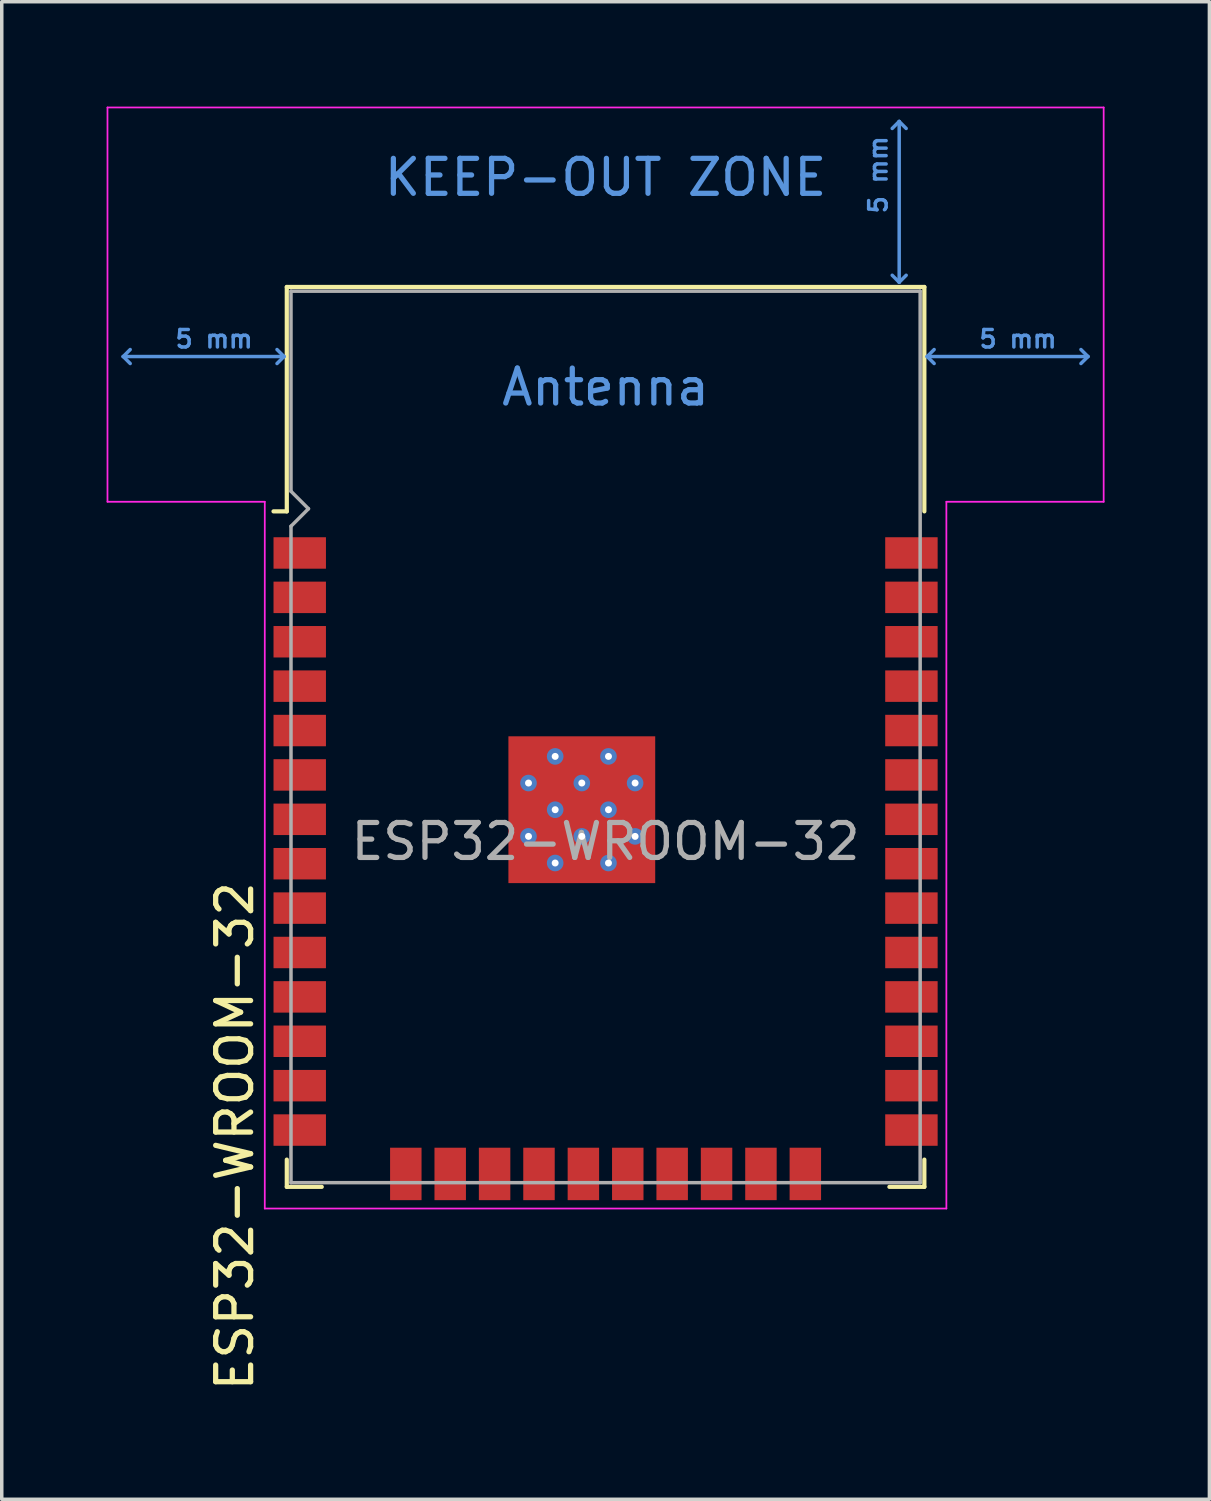
<source format=kicad_pcb>
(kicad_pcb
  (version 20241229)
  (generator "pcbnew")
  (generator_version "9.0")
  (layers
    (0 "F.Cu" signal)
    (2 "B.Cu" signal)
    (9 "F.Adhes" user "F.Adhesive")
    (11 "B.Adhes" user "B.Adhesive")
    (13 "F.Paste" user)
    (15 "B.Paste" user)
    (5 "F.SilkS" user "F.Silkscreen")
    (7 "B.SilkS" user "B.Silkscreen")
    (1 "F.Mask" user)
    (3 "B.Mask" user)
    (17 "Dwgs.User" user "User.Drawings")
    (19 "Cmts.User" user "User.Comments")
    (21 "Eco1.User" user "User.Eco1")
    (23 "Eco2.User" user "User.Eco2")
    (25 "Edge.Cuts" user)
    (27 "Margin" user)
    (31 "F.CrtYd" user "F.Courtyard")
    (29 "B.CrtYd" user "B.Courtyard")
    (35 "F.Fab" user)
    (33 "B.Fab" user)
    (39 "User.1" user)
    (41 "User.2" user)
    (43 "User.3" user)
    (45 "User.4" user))
  (footprint "ESP32-WROOM-32"
    (layer "F.Cu")
    (at 14.275 21.025)
    (property "Reference" "ESP32-WROOM-32" (at -10.61 8.43 90) (layer "F.SilkS") (effects (font (size 1 1) (thickness 0.15))))
    (attr smd)
    (fp_line (start -9.12 -15.865) (end -9.12 -9.445) (stroke (width 0.12) (type solid)) (layer "F.SilkS"))
    (fp_line (start -9.12 -15.865) (end 9.12 -15.865) (stroke (width 0.12) (type solid)) (layer "F.SilkS"))
    (fp_line (start -9.12 -9.445) (end -9.5 -9.445) (stroke (width 0.12) (type solid)) (layer "F.SilkS"))
    (fp_line (start -9.12 9.1) (end -9.12 9.88) (stroke (width 0.12) (type solid)) (layer "F.SilkS"))
    (fp_line (start -9.12 9.88) (end -8.12 9.88) (stroke (width 0.12) (type solid)) (layer "F.SilkS"))
    (fp_line (start 9.12 -15.865) (end 9.12 -9.445) (stroke (width 0.12) (type solid)) (layer "F.SilkS"))
    (fp_line (start 9.12 9.1) (end 9.12 9.88) (stroke (width 0.12) (type solid)) (layer "F.SilkS"))
    (fp_line (start 9.12 9.88) (end 8.12 9.88) (stroke (width 0.12) (type solid)) (layer "F.SilkS"))
    (fp_line (start -13.8 -13.875) (end -13.6 -14.075) (stroke (width 0.1) (type solid)) (layer "Cmts.User"))
    (fp_line (start -13.8 -13.875) (end -13.6 -13.675) (stroke (width 0.1) (type solid)) (layer "Cmts.User"))
    (fp_line (start -13.8 -13.875) (end -9.2 -13.875) (stroke (width 0.1) (type solid)) (layer "Cmts.User"))
    (fp_line (start -9.2 -13.875) (end -9.4 -14.075) (stroke (width 0.1) (type solid)) (layer "Cmts.User"))
    (fp_line (start -9.2 -13.875) (end -9.4 -13.675) (stroke (width 0.1) (type solid)) (layer "Cmts.User"))
    (fp_line (start 8.4 -20.6) (end 8.2 -20.4) (stroke (width 0.1) (type solid)) (layer "Cmts.User"))
    (fp_line (start 8.4 -20.6) (end 8.6 -20.4) (stroke (width 0.1) (type solid)) (layer "Cmts.User"))
    (fp_line (start 8.4 -16) (end 8.2 -16.2) (stroke (width 0.1) (type solid)) (layer "Cmts.User"))
    (fp_line (start 8.4 -16) (end 8.4 -20.6) (stroke (width 0.1) (type solid)) (layer "Cmts.User"))
    (fp_line (start 8.4 -16) (end 8.6 -16.2) (stroke (width 0.1) (type solid)) (layer "Cmts.User"))
    (fp_line (start 9.2 -13.875) (end 9.4 -14.075) (stroke (width 0.1) (type solid)) (layer "Cmts.User"))
    (fp_line (start 9.2 -13.875) (end 9.4 -13.675) (stroke (width 0.1) (type solid)) (layer "Cmts.User"))
    (fp_line (start 9.2 -13.875) (end 13.8 -13.875) (stroke (width 0.1) (type solid)) (layer "Cmts.User"))
    (fp_line (start 13.8 -13.875) (end 13.6 -14.075) (stroke (width 0.1) (type solid)) (layer "Cmts.User"))
    (fp_line (start 13.8 -13.875) (end 13.6 -13.675) (stroke (width 0.1) (type solid)) (layer "Cmts.User"))
    (fp_line (start -14.25 -21) (end -14.25 -9.72) (stroke (width 0.05) (type solid)) (layer "F.CrtYd"))
    (fp_line (start -14.25 -21) (end 14.25 -21) (stroke (width 0.05) (type solid)) (layer "F.CrtYd"))
    (fp_line (start -14.25 -9.72) (end -9.75 -9.72) (stroke (width 0.05) (type solid)) (layer "F.CrtYd"))
    (fp_line (start -9.75 10.5) (end -9.75 -9.72) (stroke (width 0.05) (type solid)) (layer "F.CrtYd"))
    (fp_line (start -9.75 10.5) (end 9.75 10.5) (stroke (width 0.05) (type solid)) (layer "F.CrtYd"))
    (fp_line (start 9.75 -9.72) (end 9.75 10.5) (stroke (width 0.05) (type solid)) (layer "F.CrtYd"))
    (fp_line (start 9.75 -9.72) (end 14.25 -9.72) (stroke (width 0.05) (type solid)) (layer "F.CrtYd"))
    (fp_line (start 14.25 -21) (end 14.25 -9.72) (stroke (width 0.05) (type solid)) (layer "F.CrtYd"))
    (fp_line (start -9 -15.745) (end -9 -10.02) (stroke (width 0.1) (type solid)) (layer "F.Fab"))
    (fp_line (start -9 -15.745) (end 9 -15.745) (stroke (width 0.1) (type solid)) (layer "F.Fab"))
    (fp_line (start -9 -9.02) (end -9 9.76) (stroke (width 0.1) (type solid)) (layer "F.Fab"))
    (fp_line (start -9 -9.02) (end -8.5 -9.52) (stroke (width 0.1) (type solid)) (layer "F.Fab"))
    (fp_line (start -9 9.76) (end 9 9.76) (stroke (width 0.1) (type solid)) (layer "F.Fab"))
    (fp_line (start -8.5 -9.52) (end -9 -10.02) (stroke (width 0.1) (type solid)) (layer "F.Fab"))
    (fp_line (start 9 9.76) (end 9 -15.745) (stroke (width 0.1) (type solid)) (layer "F.Fab"))
    (fp_text user "5 mm" (at 11.8 -14.375 0) (layer "Cmts.User") (effects (font (size 0.5 0.5) (thickness 0.1))))
    (fp_text user "KEEP-OUT ZONE" (at 0 -19 0) (layer "Cmts.User") (effects (font (size 1 1) (thickness 0.15))))
    (fp_text user "5 mm" (at -11.2 -14.375 0) (layer "Cmts.User") (effects (font (size 0.5 0.5) (thickness 0.1))))
    (fp_text user "Antenna" (at 0 -13 0) (layer "Cmts.User") (effects (font (size 1 1) (thickness 0.15))))
    (fp_text user "5 mm" (at 7.8 -19.075 90) (layer "Cmts.User") (effects (font (size 0.5 0.5) (thickness 0.1))))
    (fp_text user "${REFERENCE}" (at 0 0 0) (layer "F.Fab") (effects (font (size 1 1) (thickness 0.15))))
    (pad "1" smd rect (at -8.75 -8.255) (size 1.5 0.9) (layers "F.Cu" "F.Mask" "F.Paste"))
    (pad "2" smd rect (at -8.75 -6.985) (size 1.5 0.9) (layers "F.Cu" "F.Mask" "F.Paste"))
    (pad "3" smd rect (at -8.75 -5.715) (size 1.5 0.9) (layers "F.Cu" "F.Mask" "F.Paste"))
    (pad "4" smd rect (at -8.75 -4.445) (size 1.5 0.9) (layers "F.Cu" "F.Mask" "F.Paste"))
    (pad "5" smd rect (at -8.75 -3.175) (size 1.5 0.9) (layers "F.Cu" "F.Mask" "F.Paste"))
    (pad "6" smd rect (at -8.75 -1.905) (size 1.5 0.9) (layers "F.Cu" "F.Mask" "F.Paste"))
    (pad "7" smd rect (at -8.75 -0.635) (size 1.5 0.9) (layers "F.Cu" "F.Mask" "F.Paste"))
    (pad "8" smd rect (at -8.75 0.635) (size 1.5 0.9) (layers "F.Cu" "F.Mask" "F.Paste"))
    (pad "9" smd rect (at -8.75 1.905) (size 1.5 0.9) (layers "F.Cu" "F.Mask" "F.Paste"))
    (pad "10" smd rect (at -8.75 3.175) (size 1.5 0.9) (layers "F.Cu" "F.Mask" "F.Paste"))
    (pad "11" smd rect (at -8.75 4.445) (size 1.5 0.9) (layers "F.Cu" "F.Mask" "F.Paste"))
    (pad "12" smd rect (at -8.75 5.715) (size 1.5 0.9) (layers "F.Cu" "F.Mask" "F.Paste"))
    (pad "13" smd rect (at -8.75 6.985) (size 1.5 0.9) (layers "F.Cu" "F.Mask" "F.Paste"))
    (pad "14" smd rect (at -8.75 8.255) (size 1.5 0.9) (layers "F.Cu" "F.Mask" "F.Paste"))
    (pad "15" smd rect (at -5.715 9.51 90) (size 1.5 0.9) (layers "F.Cu" "F.Mask" "F.Paste"))
    (pad "16" smd rect (at -4.445 9.51 90) (size 1.5 0.9) (layers "F.Cu" "F.Mask" "F.Paste"))
    (pad "17" smd rect (at -3.175 9.51 90) (size 1.5 0.9) (layers "F.Cu" "F.Mask" "F.Paste"))
    (pad "18" smd rect (at -1.905 9.51 90) (size 1.5 0.9) (layers "F.Cu" "F.Mask" "F.Paste"))
    (pad "19" smd rect (at -0.635 9.51 90) (size 1.5 0.9) (layers "F.Cu" "F.Mask" "F.Paste"))
    (pad "20" smd rect (at 0.635 9.51 90) (size 1.5 0.9) (layers "F.Cu" "F.Mask" "F.Paste"))
    (pad "21" smd rect (at 1.905 9.51 90) (size 1.5 0.9) (layers "F.Cu" "F.Mask" "F.Paste"))
    (pad "22" smd rect (at 3.175 9.51 90) (size 1.5 0.9) (layers "F.Cu" "F.Mask" "F.Paste"))
    (pad "23" smd rect (at 4.445 9.51 90) (size 1.5 0.9) (layers "F.Cu" "F.Mask" "F.Paste"))
    (pad "24" smd rect (at 5.715 9.51 90) (size 1.5 0.9) (layers "F.Cu" "F.Mask" "F.Paste"))
    (pad "25" smd rect (at 8.75 8.255) (size 1.5 0.9) (layers "F.Cu" "F.Mask" "F.Paste"))
    (pad "26" smd rect (at 8.75 6.985) (size 1.5 0.9) (layers "F.Cu" "F.Mask" "F.Paste"))
    (pad "27" smd rect (at 8.75 5.715) (size 1.5 0.9) (layers "F.Cu" "F.Mask" "F.Paste"))
    (pad "28" smd rect (at 8.75 4.445) (size 1.5 0.9) (layers "F.Cu" "F.Mask" "F.Paste"))
    (pad "29" smd rect (at 8.75 3.175) (size 1.5 0.9) (layers "F.Cu" "F.Mask" "F.Paste"))
    (pad "30" smd rect (at 8.75 1.905) (size 1.5 0.9) (layers "F.Cu" "F.Mask" "F.Paste"))
    (pad "31" smd rect (at 8.75 0.635) (size 1.5 0.9) (layers "F.Cu" "F.Mask" "F.Paste"))
    (pad "32" smd rect (at 8.75 -0.635) (size 1.5 0.9) (layers "F.Cu" "F.Mask" "F.Paste"))
    (pad "33" smd rect (at 8.75 -1.905) (size 1.5 0.9) (layers "F.Cu" "F.Mask" "F.Paste"))
    (pad "34" smd rect (at 8.75 -3.175) (size 1.5 0.9) (layers "F.Cu" "F.Mask" "F.Paste"))
    (pad "35" smd rect (at 8.75 -4.445) (size 1.5 0.9) (layers "F.Cu" "F.Mask" "F.Paste"))
    (pad "36" smd rect (at 8.75 -5.715) (size 1.5 0.9) (layers "F.Cu" "F.Mask" "F.Paste"))
    (pad "37" smd rect (at 8.75 -6.985) (size 1.5 0.9) (layers "F.Cu" "F.Mask" "F.Paste"))
    (pad "38" smd rect (at 8.75 -8.255) (size 1.5 0.9) (layers "F.Cu" "F.Mask" "F.Paste"))
    (pad "39" smd rect (at -2.205 -2.435) (size 1.05 1.05) (layers "F.Cu" "F.Paste"))
    (pad "39" thru_hole circle (at -2.205 -1.673) (size 0.475 0.475) (drill 0.2) (layers "*.Cu" "F.Mask"))
    (pad "39" smd rect (at -2.205 -0.91) (size 1.05 1.05) (layers "F.Cu" "F.Paste"))
    (pad "39" thru_hole circle (at -2.205 -0.147) (size 0.475 0.475) (drill 0.2) (layers "*.Cu" "F.Mask"))
    (pad "39" smd rect (at -2.205 0.615) (size 1.05 1.05) (layers "F.Cu" "F.Paste"))
    (pad "39" thru_hole circle (at -1.442 -2.435) (size 0.475 0.475) (drill 0.2) (layers "*.Cu" "F.Mask"))
    (pad "39" thru_hole circle (at -1.442 -0.91) (size 0.475 0.475) (drill 0.2) (layers "*.Cu" "F.Mask"))
    (pad "39" thru_hole circle (at -1.442 0.615) (size 0.475 0.475) (drill 0.2) (layers "*.Cu" "F.Mask"))
    (pad "39" smd rect (at -0.68 -2.435) (size 1.05 1.05) (layers "F.Cu" "F.Paste"))
    (pad "39" thru_hole circle (at -0.68 -1.673) (size 0.475 0.475) (drill 0.2) (layers "*.Cu" "F.Mask"))
    (pad "39" smd rect (at -0.68 -0.91) (size 1.05 1.05) (layers "F.Cu" "F.Paste"))
    (pad "39" smd rect (at -0.68 -0.91) (size 4.2 4.2) (layers "F.Cu" "F.Mask"))
    (pad "39" thru_hole circle (at -0.68 -0.147) (size 0.475 0.475) (drill 0.2) (layers "*.Cu" "F.Mask"))
    (pad "39" smd rect (at -0.68 0.615) (size 1.05 1.05) (layers "F.Cu" "F.Paste"))
    (pad "39" thru_hole circle (at 0.083 -2.435) (size 0.475 0.475) (drill 0.2) (layers "*.Cu" "F.Mask"))
    (pad "39" thru_hole circle (at 0.083 -0.91) (size 0.475 0.475) (drill 0.2) (layers "*.Cu" "F.Mask"))
    (pad "39" thru_hole circle (at 0.083 0.615) (size 0.475 0.475) (drill 0.2) (layers "*.Cu" "F.Mask"))
    (pad "39" smd rect (at 0.845 -2.435) (size 1.05 1.05) (layers "F.Cu" "F.Paste"))
    (pad "39" thru_hole circle (at 0.845 -1.673) (size 0.475 0.475) (drill 0.2) (layers "*.Cu" "F.Mask"))
    (pad "39" smd rect (at 0.845 -0.91) (size 1.05 1.05) (layers "F.Cu" "F.Paste"))
    (pad "39" thru_hole circle (at 0.845 -0.147) (size 0.475 0.475) (drill 0.2) (layers "*.Cu" "F.Mask"))
    (pad "39" smd rect (at 0.845 0.615) (size 1.05 1.05) (layers "F.Cu" "F.Paste"))
    (zone (net_name "") (layers "F.Cu" "B.Cu") (hatch full 0.508) (connect_pads) (min_thickness 0.254) (filled_areas_thickness no) (keepout (tracks not_allowed) (vias not_allowed) (pads not_allowed) (copperpour not_allowed) (footprints not_allowed)) (placement (enabled no)) (fill) (polygon (pts (xy 0.275 11.055) (xy 28.275 11.055) (xy 28.275 0.275) (xy 0.275 0.275)))))
  (gr_rect
    (start -3 -3)
    (end 31.55 39.842)
    (stroke (width 0.1) (type default))
    (fill no)
    (layer "Edge.Cuts")))
</source>
